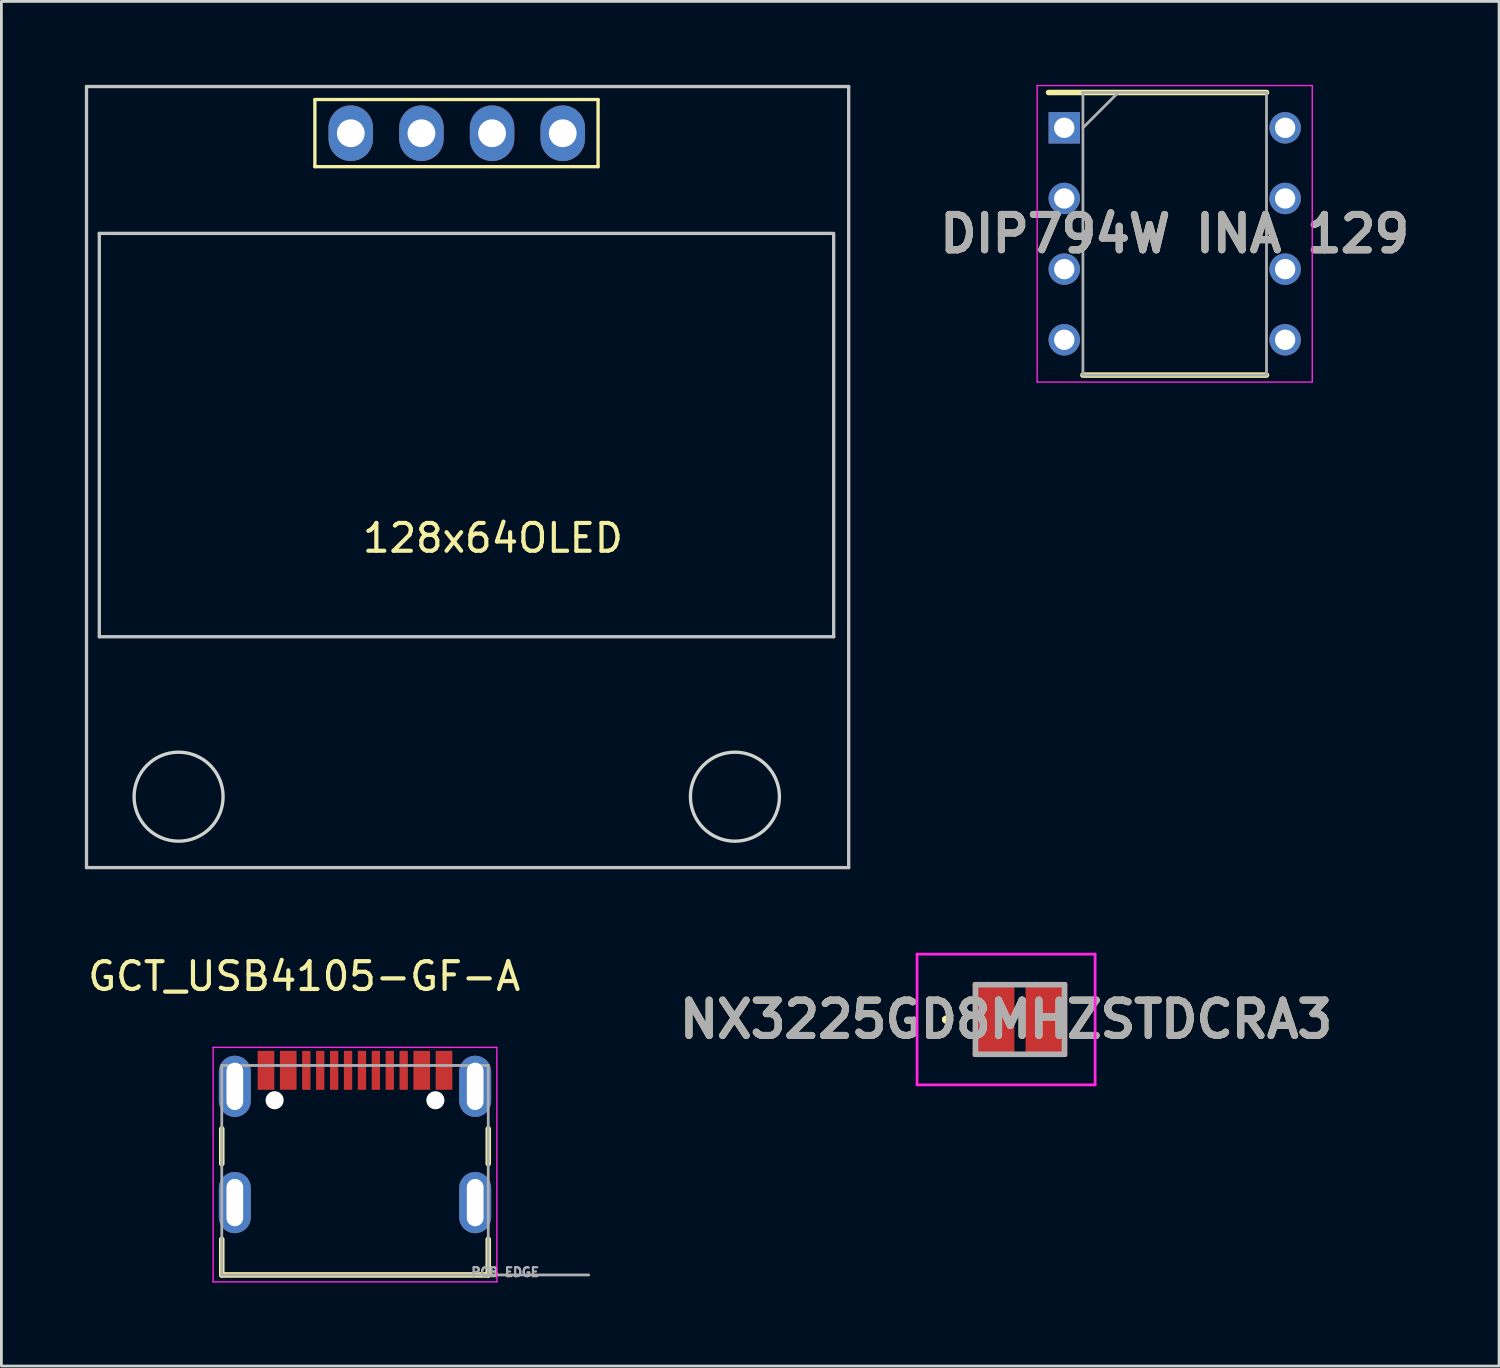
<source format=kicad_pcb>
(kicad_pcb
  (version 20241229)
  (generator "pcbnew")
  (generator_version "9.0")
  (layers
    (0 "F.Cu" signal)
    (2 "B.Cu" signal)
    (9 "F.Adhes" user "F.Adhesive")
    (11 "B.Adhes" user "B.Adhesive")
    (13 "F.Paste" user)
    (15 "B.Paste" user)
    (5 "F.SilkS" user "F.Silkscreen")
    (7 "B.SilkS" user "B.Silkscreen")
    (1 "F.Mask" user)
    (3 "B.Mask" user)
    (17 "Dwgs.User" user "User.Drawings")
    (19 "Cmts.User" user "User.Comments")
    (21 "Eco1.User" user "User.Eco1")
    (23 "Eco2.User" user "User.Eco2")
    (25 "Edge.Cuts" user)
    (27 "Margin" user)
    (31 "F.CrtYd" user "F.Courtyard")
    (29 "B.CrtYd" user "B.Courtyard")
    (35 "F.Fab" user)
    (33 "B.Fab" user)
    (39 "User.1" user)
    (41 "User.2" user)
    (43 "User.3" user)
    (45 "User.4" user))
  (footprint "GCT_USB4105-GF-A"
    (layer "F.Cu")
    (at 9.712 40.183)
    (property "Reference" "GCT_USB4105-GF-A" (at -1.825 -8.135 0) (layer "F.SilkS") (effects (font (size 1 1) (thickness 0.15))))
    (attr smd)
    (fp_line (start -4.79 -2.65) (end -4.79 -1.4) (stroke (width 0.2) (type solid)) (layer "F.SilkS"))
    (fp_line (start -4.79 1.32) (end -4.79 2.6) (stroke (width 0.2) (type solid)) (layer "F.SilkS"))
    (fp_line (start -4.79 2.6) (end 4.79 2.6) (stroke (width 0.2) (type solid)) (layer "F.SilkS"))
    (fp_line (start 4.79 -2.65) (end 4.79 -1.4) (stroke (width 0.2) (type solid)) (layer "F.SilkS"))
    (fp_line (start 4.79 2.6) (end 4.79 1.32) (stroke (width 0.2) (type solid)) (layer "F.SilkS"))
    (fp_line (start -5.1 -5.58) (end -5.1 2.85) (stroke (width 0.05) (type solid)) (layer "F.CrtYd"))
    (fp_line (start -5.1 2.85) (end 5.1 2.85) (stroke (width 0.05) (type solid)) (layer "F.CrtYd"))
    (fp_line (start 5.1 -5.58) (end -5.1 -5.58) (stroke (width 0.05) (type solid)) (layer "F.CrtYd"))
    (fp_line (start 5.1 2.85) (end 5.1 -5.58) (stroke (width 0.05) (type solid)) (layer "F.CrtYd"))
    (fp_line (start -4.79 -4.93) (end 4.79 -4.93) (stroke (width 0.1) (type solid)) (layer "F.Fab"))
    (fp_line (start -4.79 2.6) (end -4.79 -4.93) (stroke (width 0.1) (type solid)) (layer "F.Fab"))
    (fp_line (start 4.79 -4.93) (end 4.79 2.6) (stroke (width 0.1) (type solid)) (layer "F.Fab"))
    (fp_line (start 4.79 2.6) (end -4.79 2.6) (stroke (width 0.1) (type solid)) (layer "F.Fab"))
    (fp_line (start 4.8 2.6) (end 8.4 2.6) (stroke (width 0.1) (type solid)) (layer "F.Fab"))
    (fp_text user "PCB EDGE" (at 5.4 2.5 0) (layer "F.Fab") (effects (font (size 0.32 0.32) (thickness 0.08))))
    (pad "" np_thru_hole circle (at -2.89 -3.68) (size 0.65 0.65) (drill 0.65) (layers "*.Cu" "*.Mask"))
    (pad "" np_thru_hole circle (at 2.89 -3.68) (size 0.65 0.65) (drill 0.65) (layers "*.Cu" "*.Mask"))
    (pad "A1_B12" smd rect (at -3.2 -4.755) (size 0.6 1.4) (layers "F.Cu" "F.Mask" "F.Paste"))
    (pad "A4_B9" smd rect (at -2.4 -4.755) (size 0.6 1.4) (layers "F.Cu" "F.Mask" "F.Paste"))
    (pad "A5" smd rect (at -1.25 -4.755) (size 0.3 1.4) (layers "F.Cu" "F.Mask" "F.Paste"))
    (pad "A6" smd rect (at -0.25 -4.755) (size 0.3 1.4) (layers "F.Cu" "F.Mask" "F.Paste"))
    (pad "A7" smd rect (at 0.25 -4.755) (size 0.3 1.4) (layers "F.Cu" "F.Mask" "F.Paste"))
    (pad "A8" smd rect (at 1.25 -4.755) (size 0.3 1.4) (layers "F.Cu" "F.Mask" "F.Paste"))
    (pad "B1_A12" smd rect (at 3.2 -4.755) (size 0.6 1.4) (layers "F.Cu" "F.Mask" "F.Paste"))
    (pad "B4_A9" smd rect (at 2.4 -4.755) (size 0.6 1.4) (layers "F.Cu" "F.Mask" "F.Paste"))
    (pad "B5" smd rect (at 1.75 -4.755) (size 0.3 1.4) (layers "F.Cu" "F.Mask" "F.Paste"))
    (pad "B6" smd rect (at 0.75 -4.755) (size 0.3 1.4) (layers "F.Cu" "F.Mask" "F.Paste"))
    (pad "B7" smd rect (at -0.75 -4.755) (size 0.3 1.4) (layers "F.Cu" "F.Mask" "F.Paste"))
    (pad "B8" smd rect (at -1.75 -4.755) (size 0.3 1.4) (layers "F.Cu" "F.Mask" "F.Paste"))
    (pad "S1" thru_hole oval (at -4.32 -4.18) (size 1.15 2.2) (drill oval 0.6 1.7) (layers "*.Cu" "*.Mask"))
    (pad "S2" thru_hole oval (at -4.32 0) (size 1.15 2.2) (drill oval 0.6 1.7) (layers "*.Cu" "*.Mask"))
    (pad "S3" thru_hole oval (at 4.32 0) (size 1.15 2.2) (drill oval 0.6 1.7) (layers "*.Cu" "*.Mask"))
    (pad "S4" thru_hole oval (at 4.32 -4.18) (size 1.15 2.2) (drill oval 0.6 1.7) (layers "*.Cu" "*.Mask")))
  (footprint "128x64OLED"
    (layer "F.Cu")
    (at 14.67 16.04)
    (property "Reference" "128x64OLED" (at 0 0.254 0) (layer "F.SilkS") (effects (font (size 1 1) (thickness 0.15))))
    (attr through_hole)
    (fp_line (start -6.4 -15.511) (end -6.4 -13.098) (stroke (width 0.12) (type solid)) (layer "F.SilkS"))
    (fp_line (start -6.4 -15.511) (end 3.78 -15.511) (stroke (width 0.12) (type solid)) (layer "F.SilkS"))
    (fp_line (start 3.78 -15.511) (end 3.78 -13.098) (stroke (width 0.12) (type solid)) (layer "F.SilkS"))
    (fp_line (start 3.78 -13.098) (end -6.4 -13.098) (stroke (width 0.12) (type solid)) (layer "F.SilkS"))
    (fp_line (start -14.61 -15.98) (end 12.79 -15.98) (stroke (width 0.12) (type solid)) (layer "Dwgs.User"))
    (fp_line (start -14.61 12.1) (end -14.61 -15.98) (stroke (width 0.12) (type solid)) (layer "Dwgs.User"))
    (fp_line (start -14.15 -10.7) (end 12.2 -10.7) (stroke (width 0.12) (type solid)) (layer "Dwgs.User"))
    (fp_line (start -14.15 3.8) (end -14.15 -10.7) (stroke (width 0.12) (type solid)) (layer "Dwgs.User"))
    (fp_line (start -14.15 3.8) (end 12.25 3.8) (stroke (width 0.12) (type solid)) (layer "Dwgs.User"))
    (fp_line (start 12.25 3.8) (end 12.25 -10.7) (stroke (width 0.12) (type solid)) (layer "Dwgs.User"))
    (fp_line (start 12.79 -15.98) (end 12.79 12.1) (stroke (width 0.12) (type solid)) (layer "Dwgs.User"))
    (fp_line (start 12.79 12.1) (end -14.61 12.1) (stroke (width 0.12) (type solid)) (layer "Dwgs.User"))
    (fp_circle (center -11.3 9.55) (end -9.7 9.55) (stroke (width 0.12) (type solid)) (fill no) (layer "Edge.Cuts"))
    (fp_circle (center 8.7 9.55) (end 10.3 9.55) (stroke (width 0.12) (type solid)) (fill no) (layer "Edge.Cuts"))
    (pad "1" thru_hole oval (at -5.11 -14.3 90) (size 2 1.6) (drill 1) (layers "*.Cu" "*.Mask"))
    (pad "2" thru_hole oval (at -2.57 -14.3 90) (size 2 1.6) (drill 1) (layers "*.Cu" "*.Mask"))
    (pad "3" thru_hole oval (at -0.03 -14.3 90) (size 2 1.6) (drill 1) (layers "*.Cu" "*.Mask"))
    (pad "4" thru_hole oval (at 2.51 -14.3 90) (size 2 1.6) (drill 1) (layers "*.Cu" "*.Mask")))
  (footprint "NX3225GD8MHZSTDCRA3"
    (layer "F.Cu")
    (at 33.618 33.6)
    (property "Reference" "NX3225GD8MHZSTDCRA3" (at -0.5 0 0) (layer "F.SilkS") (effects (font (size 1.27 1.27) (thickness 0.254))))
    (attr smd)
    (fp_line (start -2.7 0) (end -2.7 0) (stroke (width 0.2) (type solid)) (layer "F.SilkS"))
    (fp_line (start -2.7 0) (end -2.7 0) (stroke (width 0.2) (type solid)) (layer "F.SilkS"))
    (fp_line (start -2.6 0) (end -2.6 0) (stroke (width 0.2) (type solid)) (layer "F.SilkS"))
    (fp_arc (start -2.7 0) (mid -2.65 -0.05) (end -2.6 0) (stroke (width 0.2) (type solid)) (layer "F.SilkS"))
    (fp_arc (start -2.6 0) (mid -2.65 0.05) (end -2.7 0) (stroke (width 0.2) (type solid)) (layer "F.SilkS"))
    (fp_arc (start -2.6 0) (mid -2.65 0.05) (end -2.7 0) (stroke (width 0.2) (type solid)) (layer "F.SilkS"))
    (fp_line (start -3.7 -2.35) (end 2.7 -2.35) (stroke (width 0.1) (type solid)) (layer "F.CrtYd"))
    (fp_line (start -3.7 2.35) (end -3.7 -2.35) (stroke (width 0.1) (type solid)) (layer "F.CrtYd"))
    (fp_line (start 2.7 -2.35) (end 2.7 2.35) (stroke (width 0.1) (type solid)) (layer "F.CrtYd"))
    (fp_line (start 2.7 2.35) (end -3.7 2.35) (stroke (width 0.1) (type solid)) (layer "F.CrtYd"))
    (fp_line (start -1.6 -1.25) (end -1.6 1.25) (stroke (width 0.2) (type solid)) (layer "F.Fab"))
    (fp_line (start -1.6 1.25) (end 1.6 1.25) (stroke (width 0.2) (type solid)) (layer "F.Fab"))
    (fp_line (start 1.6 -1.25) (end -1.6 -1.25) (stroke (width 0.2) (type solid)) (layer "F.Fab"))
    (fp_line (start 1.6 1.25) (end 1.6 -1.25) (stroke (width 0.2) (type solid)) (layer "F.Fab"))
    (fp_text user "${REFERENCE}" (at -0.5 0 0) (layer "F.Fab") (effects (font (size 1.27 1.27) (thickness 0.254))))
    (pad "1" smd rect (at -0.95 0) (size 1.5 2.7) (layers "F.Cu" "F.Mask" "F.Paste"))
    (pad "2" smd rect (at 0.95 0) (size 1.5 2.7) (layers "F.Cu" "F.Mask" "F.Paste")))
  (footprint "DIP794W INA 129"
    (layer "F.Cu")
    (at 39.18 5.355)
    (property "Reference" "DIP794W INA 129" (at 0 0 0) (layer "F.SilkS") (effects (font (size 1.27 1.27) (thickness 0.254))))
    (attr through_hole)
    (fp_line (start -4.535 -5.08) (end 3.3 -5.08) (stroke (width 0.2) (type solid)) (layer "F.SilkS"))
    (fp_line (start -3.3 5.08) (end 3.3 5.08) (stroke (width 0.2) (type solid)) (layer "F.SilkS"))
    (fp_line (start -4.945 -5.33) (end 4.945 -5.33) (stroke (width 0.05) (type solid)) (layer "F.CrtYd"))
    (fp_line (start -4.945 5.33) (end -4.945 -5.33) (stroke (width 0.05) (type solid)) (layer "F.CrtYd"))
    (fp_line (start 4.945 -5.33) (end 4.945 5.33) (stroke (width 0.05) (type solid)) (layer "F.CrtYd"))
    (fp_line (start 4.945 5.33) (end -4.945 5.33) (stroke (width 0.05) (type solid)) (layer "F.CrtYd"))
    (fp_line (start -3.3 -5.08) (end 3.3 -5.08) (stroke (width 0.1) (type solid)) (layer "F.Fab"))
    (fp_line (start -3.3 -3.81) (end -2.03 -5.08) (stroke (width 0.1) (type solid)) (layer "F.Fab"))
    (fp_line (start -3.3 5.08) (end -3.3 -5.08) (stroke (width 0.1) (type solid)) (layer "F.Fab"))
    (fp_line (start 3.3 -5.08) (end 3.3 5.08) (stroke (width 0.1) (type solid)) (layer "F.Fab"))
    (fp_line (start 3.3 5.08) (end -3.3 5.08) (stroke (width 0.1) (type solid)) (layer "F.Fab"))
    (fp_text user "${REFERENCE}" (at 0 0 0) (layer "F.Fab") (effects (font (size 1.27 1.27) (thickness 0.254))))
    (pad "1" thru_hole rect (at -3.97 -3.81) (size 1.13 1.13) (drill 0.73) (layers "*.Cu" "*.Mask"))
    (pad "2" thru_hole circle (at -3.97 -1.27) (size 1.13 1.13) (drill 0.73) (layers "*.Cu" "*.Mask"))
    (pad "3" thru_hole circle (at -3.97 1.27) (size 1.13 1.13) (drill 0.73) (layers "*.Cu" "*.Mask"))
    (pad "4" thru_hole circle (at -3.97 3.81) (size 1.13 1.13) (drill 0.73) (layers "*.Cu" "*.Mask"))
    (pad "5" thru_hole circle (at 3.97 3.81) (size 1.13 1.13) (drill 0.73) (layers "*.Cu" "*.Mask"))
    (pad "6" thru_hole circle (at 3.97 1.27) (size 1.13 1.13) (drill 0.73) (layers "*.Cu" "*.Mask"))
    (pad "7" thru_hole circle (at 3.97 -1.27) (size 1.13 1.13) (drill 0.73) (layers "*.Cu" "*.Mask"))
    (pad "8" thru_hole circle (at 3.97 -3.81) (size 1.13 1.13) (drill 0.73) (layers "*.Cu" "*.Mask")))
  (gr_rect
    (start -3 -3)
    (end 50.84 46.058)
    (stroke (width 0.1) (type default))
    (fill no)
    (layer "Edge.Cuts")))
</source>
